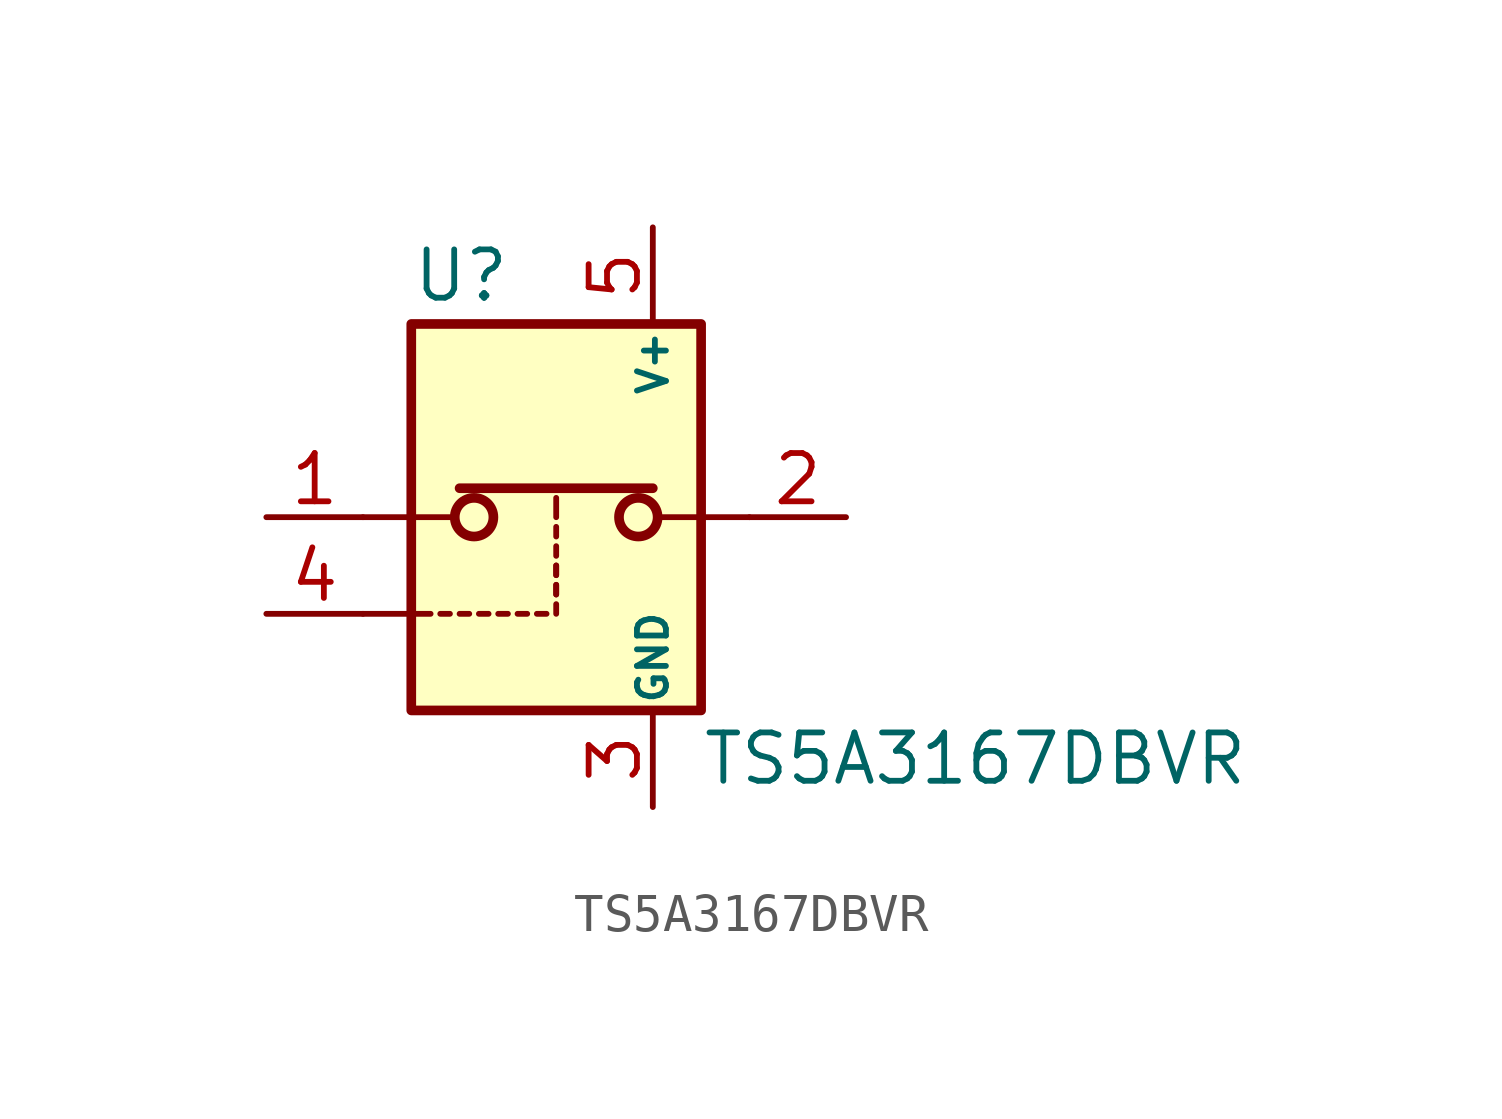
<source format=kicad_sym>
(kicad_symbol_lib
  (version 20211014)
  (generator kicad_symbol_editor)
  (symbol "TS5A3167DBVR"
    (pin_names
      (offset 0.127))
    (property "Reference" "U"
      (at -3.81 6.35 0)
      (effects (font (size 1.27 1.27)) (justify left)))
    (property "Value" "TS5A3167DBVR"
      (at 3.81 -6.35 0)
      (effects (font (size 1.27 1.27)) (justify left)))
    (symbol "TS5A3167DBVR_0_1"
      (rectangle (start -2.54 0.762) (end 2.54 0.762) (stroke (width 0.254) (type default) (color 0 0 0 0)) (fill (type none)))
      (polyline (pts (xy -5.08 -2.54) (xy -3.302 -2.54)) (stroke (width 0) (type default) (color 0 0 0 0)) (fill (type none)))
      (polyline (pts (xy -3.048 -2.54) (xy -2.794 -2.54)) (stroke (width 0) (type default) (color 0 0 0 0)) (fill (type none)))
      (polyline (pts (xy -2.54 -2.54) (xy -2.286 -2.54)) (stroke (width 0) (type default) (color 0 0 0 0)) (fill (type none)))
      (polyline (pts (xy -2.032 -2.54) (xy -1.778 -2.54)) (stroke (width 0) (type default) (color 0 0 0 0)) (fill (type none)))
      (polyline (pts (xy -1.524 -2.54) (xy -1.27 -2.54)) (stroke (width 0) (type default) (color 0 0 0 0)) (fill (type none)))
      (polyline (pts (xy -1.016 -2.54) (xy -0.762 -2.54)) (stroke (width 0) (type default) (color 0 0 0 0)) (fill (type none)))
      (polyline (pts (xy -0.508 -2.54) (xy -0.254 -2.54)) (stroke (width 0) (type default) (color 0 0 0 0)) (fill (type none)))
      (polyline (pts (xy 0 -2.032) (xy 0 -1.778)) (stroke (width 0) (type default) (color 0 0 0 0)) (fill (type none)))
      (polyline (pts (xy 0 -1.524) (xy 0 -1.27)) (stroke (width 0) (type default) (color 0 0 0 0)) (fill (type none))))
    (symbol "TS5A3167DBVR_1_1"
      (rectangle (start -3.81 5.08) (end 3.81 -5.08) (stroke (width 0.254) (type default) (color 0 0 0 0)) (fill (type background)))
      (circle (center -2.159 0) (radius 0.508) (stroke (width 0.254) (type default) (color 0 0 0 0)) (fill (type none)))
      (polyline (pts (xy -5.08 0) (xy -2.794 0)) (stroke (width 0) (type default) (color 0 0 0 0)) (fill (type none)))
      (polyline (pts (xy 0 -2.54) (xy 0 -2.286)) (stroke (width 0) (type default) (color 0 0 0 0)) (fill (type none)))
      (polyline (pts (xy 0 -2.032) (xy 0 -1.778)) (stroke (width 0) (type default) (color 0 0 0 0)) (fill (type none)))
      (polyline (pts (xy 0 -1.524) (xy 0 -1.27)) (stroke (width 0) (type default) (color 0 0 0 0)) (fill (type none)))
      (polyline (pts (xy 0 -1.016) (xy 0 -0.762)) (stroke (width 0) (type default) (color 0 0 0 0)) (fill (type none)))
      (polyline (pts (xy 0 -0.508) (xy 0 -0.254)) (stroke (width 0) (type default) (color 0 0 0 0)) (fill (type none)))
      (polyline (pts (xy 0 0) (xy 0 0.508)) (stroke (width 0) (type default) (color 0 0 0 0)) (fill (type none)))
      (polyline (pts (xy 5.08 0) (xy 2.794 0)) (stroke (width 0) (type default) (color 0 0 0 0)) (fill (type none)))
      (circle (center 2.159 0) (radius 0.508) (stroke (width 0.254) (type default) (color 0 0 0 0)) (fill (type none)))
      (pin passive line (at -7.62 0 0) (length 2.54) (name "~" (effects (font (size 1.27 1.27)))) (number "1" (effects (font (size 1.27 1.27)))))
      (pin passive line (at 7.62 0 180) (length 2.54) (name "~" (effects (font (size 1.27 1.27)))) (number "2" (effects (font (size 1.27 1.27)))))
      (pin power_in line (at 2.54 -7.62 90) (length 2.54) (name "GND" (effects (font (size 0.762 0.762)))) (number "3" (effects (font (size 1.27 1.27)))))
      (pin input line (at -7.62 -2.54 0) (length 2.54) (name "~" (effects (font (size 1.27 1.27)))) (number "4" (effects (font (size 1.27 1.27)))))
      (pin power_in line (at 2.54 7.62 270) (length 2.54) (name "V+" (effects (font (size 0.762 0.762)))) (number "5" (effects (font (size 1.27 1.27))))))))
</source>
